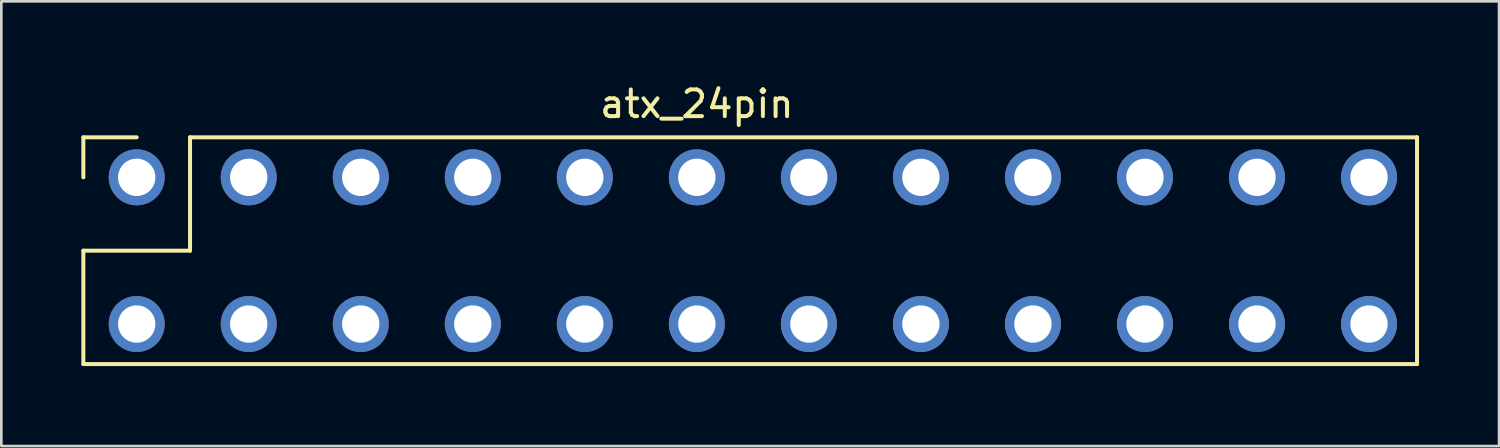
<source format=kicad_pcb>
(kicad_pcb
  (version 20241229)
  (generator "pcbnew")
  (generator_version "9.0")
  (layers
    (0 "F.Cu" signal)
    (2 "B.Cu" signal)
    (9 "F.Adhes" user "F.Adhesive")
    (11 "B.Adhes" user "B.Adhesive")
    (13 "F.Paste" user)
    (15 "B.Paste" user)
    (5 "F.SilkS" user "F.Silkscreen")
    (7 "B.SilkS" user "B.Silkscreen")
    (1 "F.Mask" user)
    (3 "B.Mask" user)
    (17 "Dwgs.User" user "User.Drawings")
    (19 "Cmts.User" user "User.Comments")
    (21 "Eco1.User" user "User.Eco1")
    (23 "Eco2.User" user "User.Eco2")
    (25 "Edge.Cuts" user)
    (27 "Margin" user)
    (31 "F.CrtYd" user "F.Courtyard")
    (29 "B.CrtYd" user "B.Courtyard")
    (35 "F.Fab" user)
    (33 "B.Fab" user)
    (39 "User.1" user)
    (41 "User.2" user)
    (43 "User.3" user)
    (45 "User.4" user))
  (footprint "atx_24pin"
    (layer "F.Cu")
    (at 23.075 9.098)
    (property "Reference" "atx_24pin" (at 0 -8.25 0) (layer "F.SilkS") (effects (font (size 1 1) (thickness 0.15))))
    (attr through_hole)
    (fp_line (start -23 -7) (end -21 -7) (stroke (width 0.15) (type solid)) (layer "F.SilkS"))
    (fp_line (start -23 -5.5) (end -23 -7) (stroke (width 0.15) (type solid)) (layer "F.SilkS"))
    (fp_line (start -23 -2.75) (end -23 1.5) (stroke (width 0.15) (type solid)) (layer "F.SilkS"))
    (fp_line (start -23 -2.75) (end -19 -2.75) (stroke (width 0.15) (type solid)) (layer "F.SilkS"))
    (fp_line (start -19 -7) (end -19 -3.75) (stroke (width 0.15) (type solid)) (layer "F.SilkS"))
    (fp_line (start -19 -7) (end 27 -7) (stroke (width 0.15) (type solid)) (layer "F.SilkS"))
    (fp_line (start -19 -3.75) (end -19 -2.75) (stroke (width 0.15) (type solid)) (layer "F.SilkS"))
    (fp_line (start 27 -7) (end 27 1.5) (stroke (width 0.15) (type solid)) (layer "F.SilkS"))
    (fp_line (start 27 1.5) (end -23 1.5) (stroke (width 0.15) (type solid)) (layer "F.SilkS"))
    (pad "1" thru_hole circle (at -21 -5.5) (size 2.1 2.1) (drill 1.4) (layers "*.Cu" "*.Mask"))
    (pad "2" thru_hole circle (at -16.8 -5.5) (size 2.1 2.1) (drill 1.4) (layers "*.Cu" "*.Mask"))
    (pad "3" thru_hole circle (at -12.6 -5.5) (size 2.1 2.1) (drill 1.4) (layers "*.Cu" "*.Mask"))
    (pad "4" thru_hole circle (at -8.4 -5.5) (size 2.1 2.1) (drill 1.4) (layers "*.Cu" "*.Mask"))
    (pad "5" thru_hole circle (at -4.2 -5.5) (size 2.1 2.1) (drill 1.4) (layers "*.Cu" "*.Mask"))
    (pad "6" thru_hole circle (at 0 -5.5) (size 2.1 2.1) (drill 1.4) (layers "*.Cu" "*.Mask"))
    (pad "7" thru_hole circle (at 4.2 -5.5) (size 2.1 2.1) (drill 1.4) (layers "*.Cu" "*.Mask"))
    (pad "8" thru_hole circle (at 8.4 -5.5) (size 2.1 2.1) (drill 1.4) (layers "*.Cu" "*.Mask"))
    (pad "9" thru_hole circle (at 12.6 -5.5) (size 2.1 2.1) (drill 1.4) (layers "*.Cu" "*.Mask"))
    (pad "10" thru_hole circle (at 16.8 -5.5) (size 2.1 2.1) (drill 1.4) (layers "*.Cu" "*.Mask"))
    (pad "11" thru_hole circle (at 21 -5.5) (size 2.1 2.1) (drill 1.4) (layers "*.Cu" "*.Mask"))
    (pad "12" thru_hole circle (at 25.2 -5.5) (size 2.1 2.1) (drill 1.4) (layers "*.Cu" "*.Mask"))
    (pad "13" thru_hole circle (at -21 0) (size 2.1 2.1) (drill 1.4) (layers "*.Cu" "*.Mask"))
    (pad "14" thru_hole circle (at -16.8 0) (size 2.1 2.1) (drill 1.4) (layers "*.Cu" "*.Mask"))
    (pad "15" thru_hole circle (at -12.6 0) (size 2.1 2.1) (drill 1.4) (layers "*.Cu" "*.Mask"))
    (pad "16" thru_hole circle (at -8.4 0) (size 2.1 2.1) (drill 1.4) (layers "*.Cu" "*.Mask"))
    (pad "17" thru_hole circle (at -4.2 0) (size 2.1 2.1) (drill 1.4) (layers "*.Cu" "*.Mask"))
    (pad "18" thru_hole circle (at 0 0) (size 2.1 2.1) (drill 1.4) (layers "*.Cu" "*.Mask"))
    (pad "19" thru_hole circle (at 4.2 0) (size 2.1 2.1) (drill 1.4) (layers "*.Cu" "*.Mask"))
    (pad "20" thru_hole circle (at 8.4 0) (size 2.1 2.1) (drill 1.4) (layers "*.Cu" "*.Mask"))
    (pad "21" thru_hole circle (at 12.6 0) (size 2.1 2.1) (drill 1.4) (layers "*.Cu" "*.Mask"))
    (pad "22" thru_hole circle (at 16.8 0) (size 2.1 2.1) (drill 1.4) (layers "*.Cu" "*.Mask"))
    (pad "23" thru_hole circle (at 21 0) (size 2.1 2.1) (drill 1.4) (layers "*.Cu" "*.Mask"))
    (pad "24" thru_hole circle (at 25.2 0) (size 2.1 2.1) (drill 1.4) (layers "*.Cu" "*.Mask")))
  (gr_rect
    (start -3 -3)
    (end 53.15 13.673)
    (stroke (width 0.1) (type default))
    (fill no)
    (layer "Edge.Cuts")))
</source>
